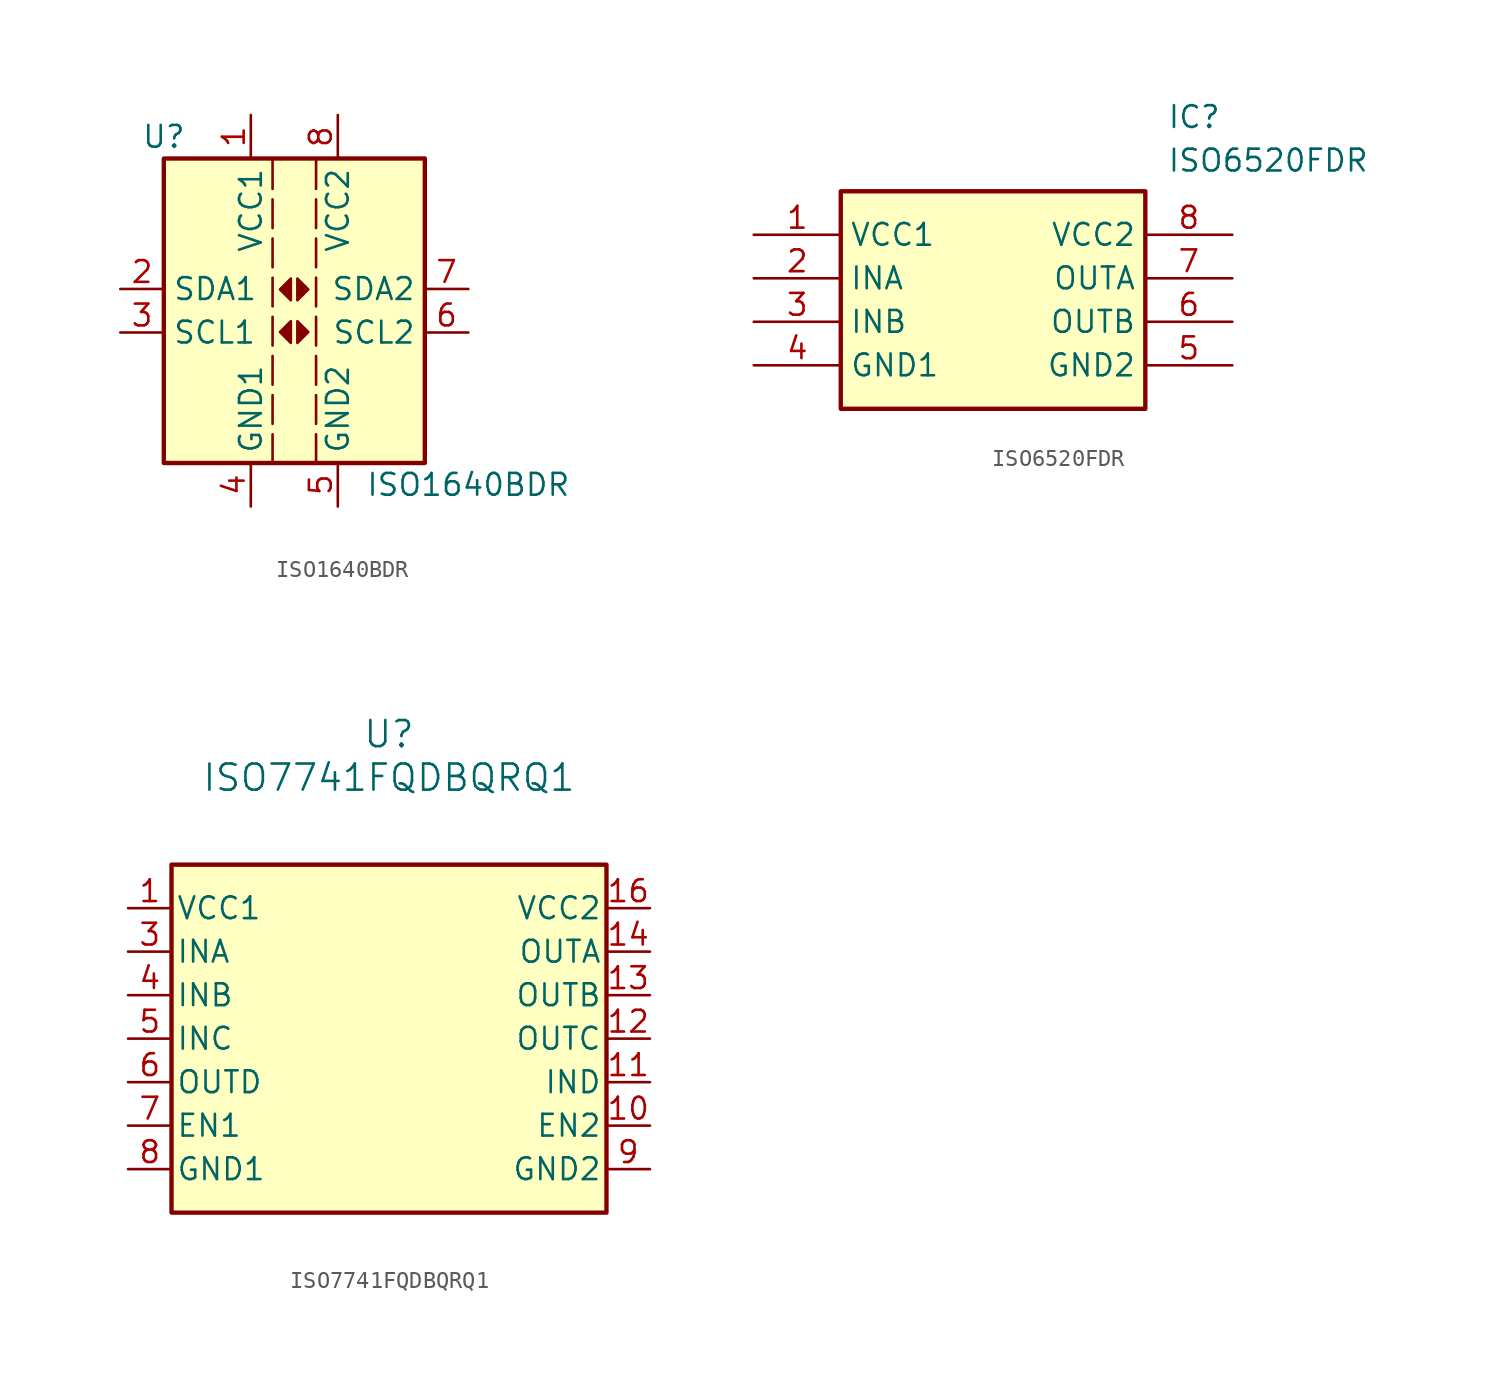
<source format=kicad_sym>
(kicad_symbol_lib
  (version 20241209)
  (generator "kicad_symbol_editor")
  (generator_version "9.0")
  (symbol "ISO1640BDR"
    (property "Reference" "U"
      (at -7.62 10.16 0)
      (effects (font (size 1.27 1.27))))
    (property "Value" "ISO1640BDR"
      (at 10.16 -10.16 0)
      (effects (font (size 1.27 1.27))))
    (symbol "ISO1640BDR_1_1"
      (rectangle (start -7.62 8.89) (end 7.62 -8.89) (stroke (width 0.254) (type default)) (fill (type background)))
      (polyline (pts (xy -1.27 -8.89) (xy -1.27 8.89)) (stroke (width 0) (type dash)) (fill (type none)))
      (polyline (pts (xy -0.203 1.88) (xy -0.203 0.61) (xy -0.838 1.245) (xy -0.203 1.88)) (stroke (width 0) (type default)) (fill (type outline)))
      (polyline (pts (xy -0.203 -0.61) (xy -0.203 -1.88) (xy -0.838 -1.245) (xy -0.203 -0.61)) (stroke (width 0) (type default)) (fill (type outline)))
      (polyline (pts (xy 0.178 1.88) (xy 0.178 0.61) (xy 0.813 1.245) (xy 0.178 1.88)) (stroke (width 0) (type default)) (fill (type outline)))
      (polyline (pts (xy 0.178 -0.61) (xy 0.178 -1.88) (xy 0.813 -1.245) (xy 0.178 -0.61)) (stroke (width 0) (type default)) (fill (type outline)))
      (polyline (pts (xy 1.27 -8.89) (xy 1.27 8.89)) (stroke (width 0) (type dash)) (fill (type none)))
      (pin bidirectional line (at -10.16 1.27 0) (length 2.54) (name "SDA1" (effects (font (size 1.27 1.27)))) (number "2" (effects (font (size 1.27 1.27)))))
      (pin bidirectional line (at -10.16 -1.27 0) (length 2.54) (name "SCL1" (effects (font (size 1.27 1.27)))) (number "3" (effects (font (size 1.27 1.27)))))
      (pin power_in line (at -2.54 11.43 270) (length 2.54) (name "VCC1" (effects (font (size 1.27 1.27)))) (number "1" (effects (font (size 1.27 1.27)))))
      (pin power_in line (at -2.54 -11.43 90) (length 2.54) (name "GND1" (effects (font (size 1.27 1.27)))) (number "4" (effects (font (size 1.27 1.27)))))
      (pin power_in line (at 2.54 11.43 270) (length 2.54) (name "VCC2" (effects (font (size 1.27 1.27)))) (number "8" (effects (font (size 1.27 1.27)))))
      (pin power_in line (at 2.54 -11.43 90) (length 2.54) (name "GND2" (effects (font (size 1.27 1.27)))) (number "5" (effects (font (size 1.27 1.27)))))
      (pin bidirectional line (at 10.16 1.27 180) (length 2.54) (name "SDA2" (effects (font (size 1.27 1.27)))) (number "7" (effects (font (size 1.27 1.27)))))
      (pin bidirectional line (at 10.16 -1.27 180) (length 2.54) (name "SCL2" (effects (font (size 1.27 1.27)))) (number "6" (effects (font (size 1.27 1.27)))))))
  (symbol "ISO6520FDR"
    (property "Reference" "IC"
      (at 24.13 7.62 0)
      (effects (font (size 1.27 1.27)) (justify left top)))
    (property "Value" "ISO6520FDR"
      (at 24.13 5.08 0)
      (effects (font (size 1.27 1.27)) (justify left top)))
    (symbol "ISO6520FDR_1_1"
      (rectangle (start 5.08 2.54) (end 22.86 -10.16) (stroke (width 0.254) (type default)) (fill (type background)))
      (pin passive line (at 0 0 0) (length 5.08) (name "VCC1" (effects (font (size 1.27 1.27)))) (number "1" (effects (font (size 1.27 1.27)))))
      (pin passive line (at 0 -2.54 0) (length 5.08) (name "INA" (effects (font (size 1.27 1.27)))) (number "2" (effects (font (size 1.27 1.27)))))
      (pin passive line (at 0 -5.08 0) (length 5.08) (name "INB" (effects (font (size 1.27 1.27)))) (number "3" (effects (font (size 1.27 1.27)))))
      (pin passive line (at 0 -7.62 0) (length 5.08) (name "GND1" (effects (font (size 1.27 1.27)))) (number "4" (effects (font (size 1.27 1.27)))))
      (pin passive line (at 27.94 0 180) (length 5.08) (name "VCC2" (effects (font (size 1.27 1.27)))) (number "8" (effects (font (size 1.27 1.27)))))
      (pin passive line (at 27.94 -2.54 180) (length 5.08) (name "OUTA" (effects (font (size 1.27 1.27)))) (number "7" (effects (font (size 1.27 1.27)))))
      (pin passive line (at 27.94 -5.08 180) (length 5.08) (name "OUTB" (effects (font (size 1.27 1.27)))) (number "6" (effects (font (size 1.27 1.27)))))
      (pin passive line (at 27.94 -7.62 180) (length 5.08) (name "GND2" (effects (font (size 1.27 1.27)))) (number "5" (effects (font (size 1.27 1.27)))))))
  (symbol "ISO7741FQDBQRQ1"
    (pin_names
      (offset 0.254))
    (property "Reference" "U"
      (at 20.32 10.16 0)
      (effects (font (size 1.524 1.524))))
    (property "Value" "ISO7741FQDBQRQ1"
      (at 20.32 7.62 0)
      (effects (font (size 1.524 1.524))))
    (property "ki_locked" ""
      (at 0 0 0)
      (effects (font (size 1.27 1.27))))
    (symbol "ISO7741FQDBQRQ1_0_1"
      (pin input line (at 5.08 -2.54 0) (length 2.54) (name "INA" (effects (font (size 1.27 1.27)))) (number "3" (effects (font (size 1.27 1.27)))))
      (pin input line (at 5.08 -5.08 0) (length 2.54) (name "INB" (effects (font (size 1.27 1.27)))) (number "4" (effects (font (size 1.27 1.27)))))
      (pin input line (at 5.08 -7.62 0) (length 2.54) (name "INC" (effects (font (size 1.27 1.27)))) (number "5" (effects (font (size 1.27 1.27)))))
      (pin output line (at 5.08 -10.16 0) (length 2.54) (name "OUTD" (effects (font (size 1.27 1.27)))) (number "6" (effects (font (size 1.27 1.27)))))
      (pin input line (at 5.08 -12.7 0) (length 2.54) (name "EN1" (effects (font (size 1.27 1.27)))) (number "7" (effects (font (size 1.27 1.27)))))
      (pin power_in line (at 5.08 -15.24 0) (length 2.54) (hide yes) (name "GND1" (effects (font (size 1.27 1.27)))) (number "2" (effects (font (size 1.27 1.27)))))
      (pin power_in line (at 5.08 -15.24 0) (length 2.54) (name "GND1" (effects (font (size 1.27 1.27)))) (number "8" (effects (font (size 1.27 1.27)))))
      (pin power_in line (at 35.56 0 180) (length 2.54) (name "VCC2" (effects (font (size 1.27 1.27)))) (number "16" (effects (font (size 1.27 1.27)))))
      (pin output line (at 35.56 -2.54 180) (length 2.54) (name "OUTA" (effects (font (size 1.27 1.27)))) (number "14" (effects (font (size 1.27 1.27)))))
      (pin output line (at 35.56 -5.08 180) (length 2.54) (name "OUTB" (effects (font (size 1.27 1.27)))) (number "13" (effects (font (size 1.27 1.27)))))
      (pin output line (at 35.56 -7.62 180) (length 2.54) (name "OUTC" (effects (font (size 1.27 1.27)))) (number "12" (effects (font (size 1.27 1.27)))))
      (pin input line (at 35.56 -10.16 180) (length 2.54) (name "IND" (effects (font (size 1.27 1.27)))) (number "11" (effects (font (size 1.27 1.27)))))
      (pin input line (at 35.56 -12.7 180) (length 2.54) (name "EN2" (effects (font (size 1.27 1.27)))) (number "10" (effects (font (size 1.27 1.27)))))
      (pin power_in line (at 35.56 -15.24 180) (length 2.54) (hide yes) (name "GND2" (effects (font (size 1.27 1.27)))) (number "15" (effects (font (size 1.27 1.27)))))
      (pin power_in line (at 35.56 -15.24 180) (length 2.54) (name "GND2" (effects (font (size 1.27 1.27)))) (number "9" (effects (font (size 1.27 1.27))))))
    (symbol "ISO7741FQDBQRQ1_1_1"
      (rectangle (start 7.62 2.54) (end 33.02 -17.78) (stroke (width 0.254) (type default)) (fill (type background)))
      (pin power_in line (at 5.08 0 0) (length 2.54) (name "VCC1" (effects (font (size 1.27 1.27)))) (number "1" (effects (font (size 1.27 1.27))))))))
</source>
